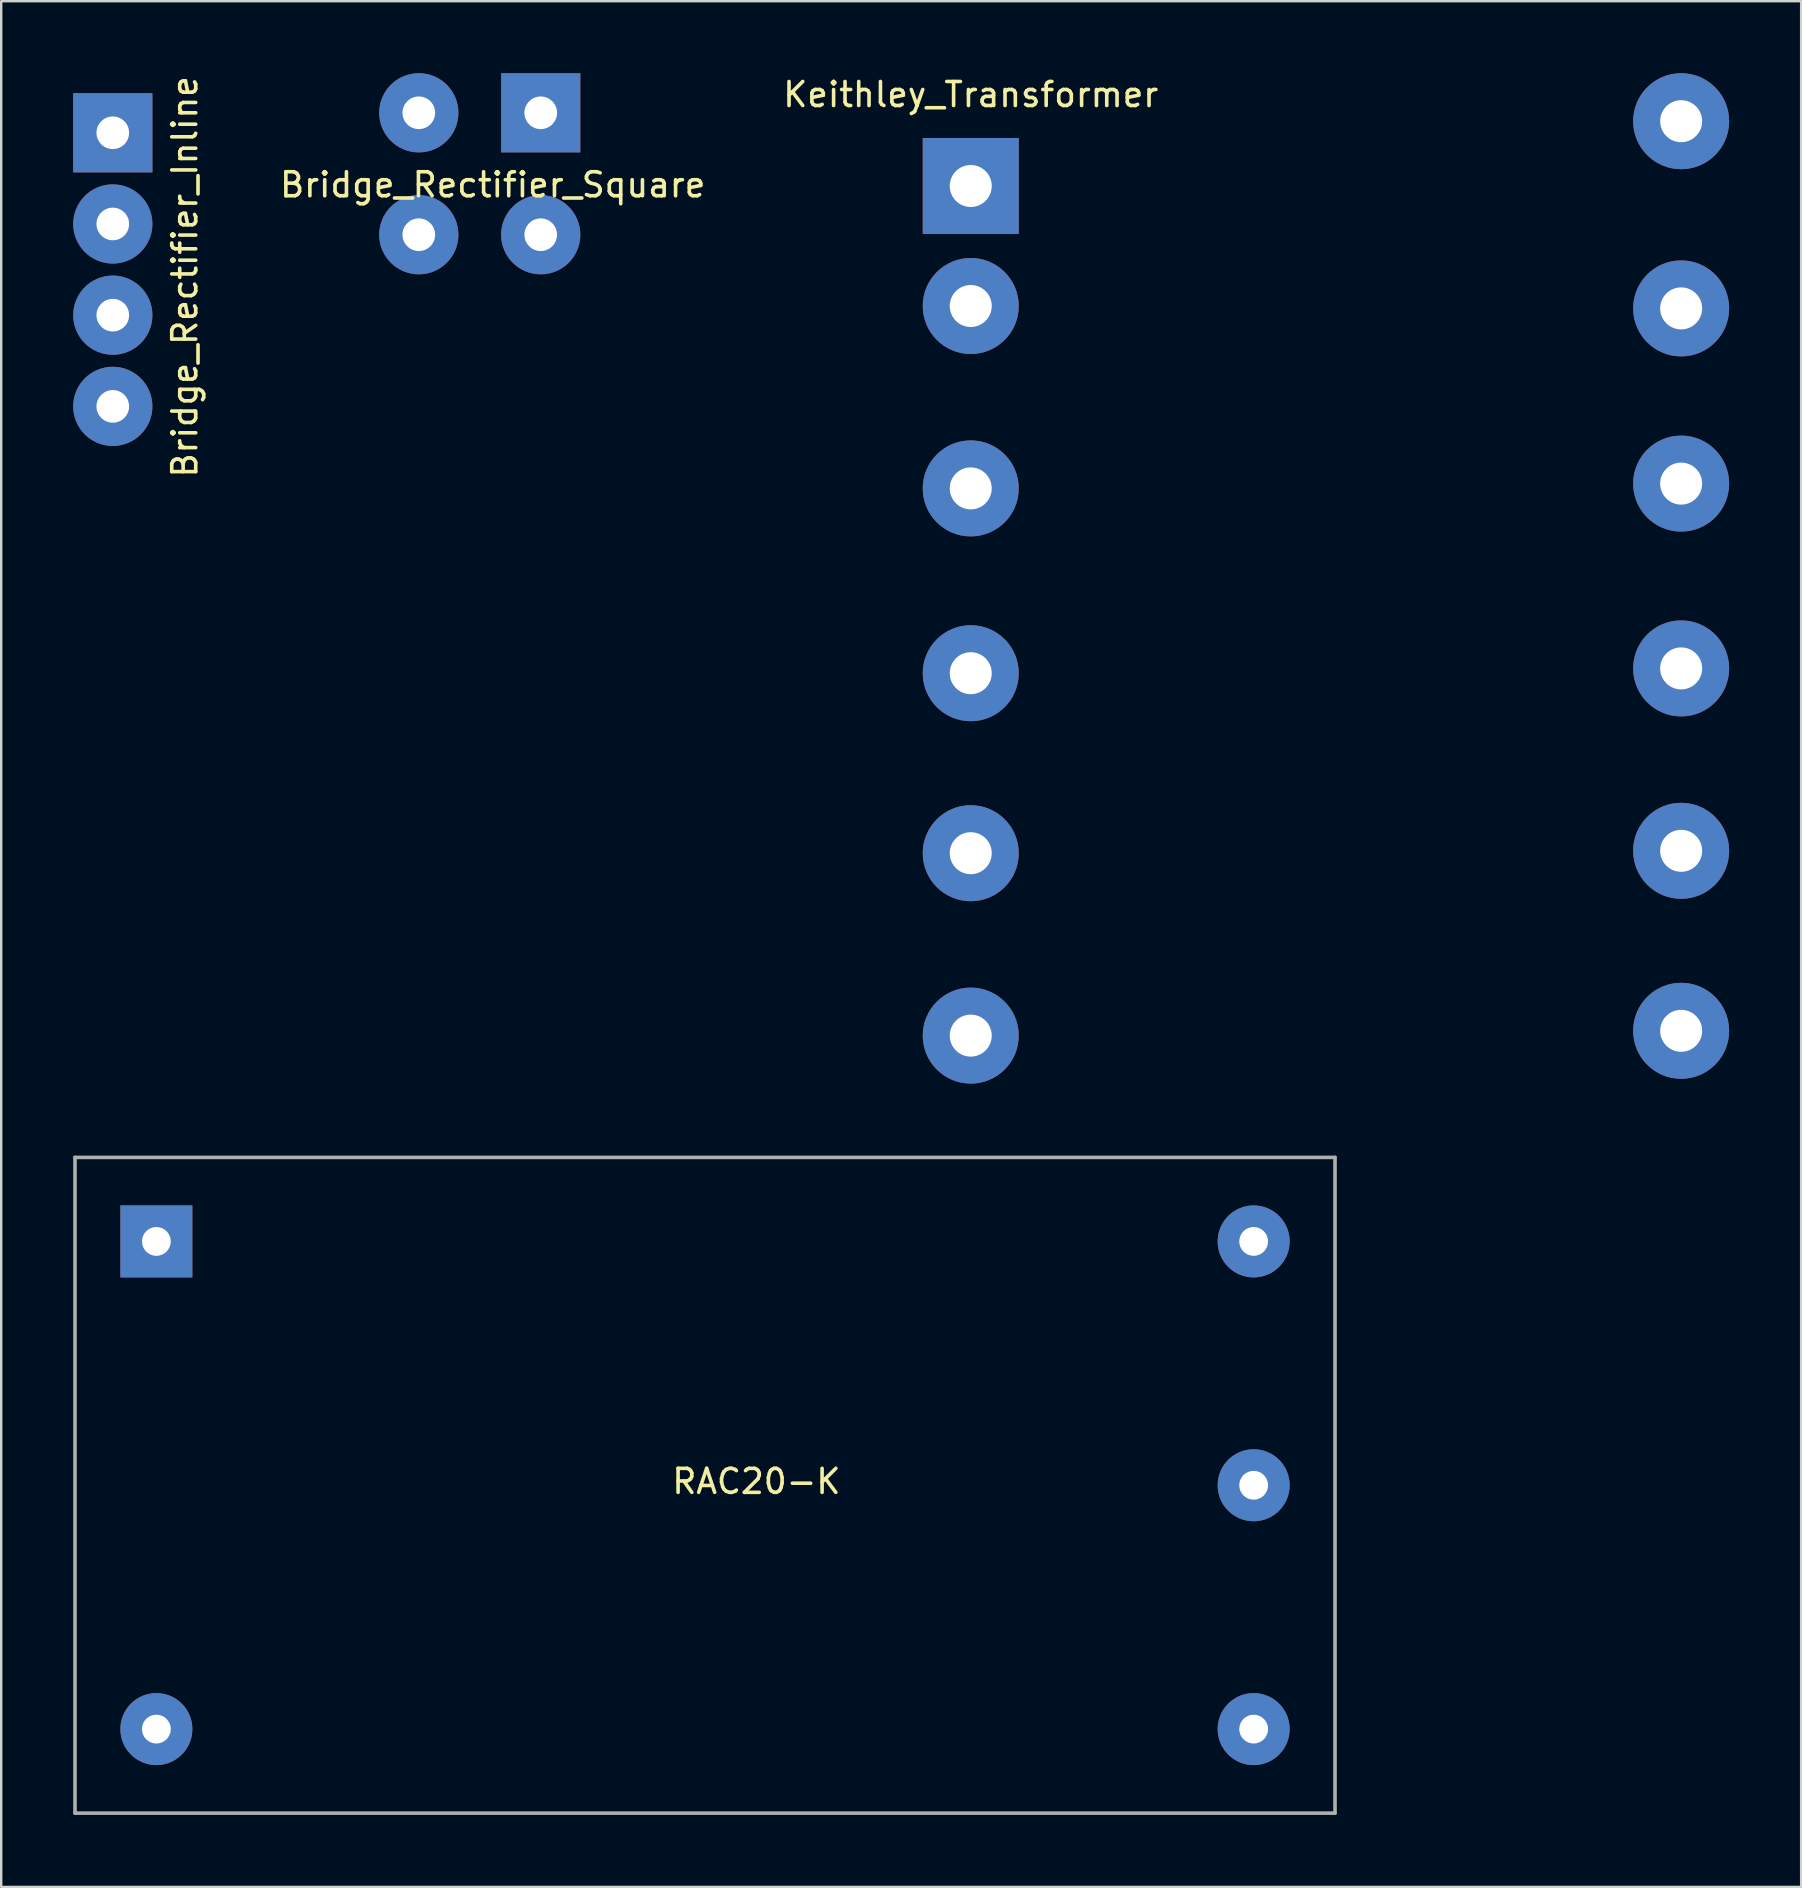
<source format=kicad_pcb>
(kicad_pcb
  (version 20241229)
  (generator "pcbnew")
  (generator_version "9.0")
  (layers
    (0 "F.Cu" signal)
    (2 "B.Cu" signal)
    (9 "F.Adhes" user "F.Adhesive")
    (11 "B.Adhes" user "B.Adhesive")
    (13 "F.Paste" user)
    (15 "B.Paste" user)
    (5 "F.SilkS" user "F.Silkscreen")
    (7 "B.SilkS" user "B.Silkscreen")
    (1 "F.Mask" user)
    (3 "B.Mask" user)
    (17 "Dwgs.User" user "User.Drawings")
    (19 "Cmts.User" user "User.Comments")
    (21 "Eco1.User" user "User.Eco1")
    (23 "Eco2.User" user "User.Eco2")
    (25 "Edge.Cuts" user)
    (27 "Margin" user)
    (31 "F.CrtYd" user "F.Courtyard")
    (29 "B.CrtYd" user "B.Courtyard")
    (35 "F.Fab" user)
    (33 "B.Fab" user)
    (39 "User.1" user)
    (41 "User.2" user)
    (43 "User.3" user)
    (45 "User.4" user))
  (footprint "RAC20-K"
    (layer "F.Cu")
    (at 3.465 48.675)
    (property "Reference" "RAC20-K" (at 25 10 0) (layer "F.SilkS") (effects (font (size 1 1) (thickness 0.15))))
    (attr through_hole)
    (fp_line (start -3.39 -3.5) (end 49.11 -3.5) (stroke (width 0.15) (type solid)) (layer "F.Fab"))
    (fp_line (start -3.39 23.82) (end -3.39 -3.5) (stroke (width 0.15) (type solid)) (layer "F.Fab"))
    (fp_line (start 49.11 -3.5) (end 49.11 23.82) (stroke (width 0.15) (type solid)) (layer "F.Fab"))
    (fp_line (start 49.11 23.82) (end -3.39 23.82) (stroke (width 0.15) (type solid)) (layer "F.Fab"))
    (pad "1" thru_hole rect (at 0 0) (size 3 3) (drill 1.2) (layers "*.Cu" "*.Mask"))
    (pad "2" thru_hole circle (at 0 20.32) (size 3 3) (drill 1.2) (layers "*.Cu" "*.Mask"))
    (pad "3" thru_hole circle (at 45.72 20.32) (size 3 3) (drill 1.2) (layers "*.Cu" "*.Mask"))
    (pad "4" thru_hole circle (at 45.72 10.16) (size 3 3) (drill 1.2) (layers "*.Cu" "*.Mask"))
    (pad "5" thru_hole circle (at 45.72 0) (size 3 3) (drill 1.2) (layers "*.Cu" "*.Mask")))
  (footprint "Bridge_Rectifier_Inline"
    (layer "F.Cu")
    (at 1.65 2.482)
    (property "Reference" "Bridge_Rectifier_Inline" (at 3 6 90) (layer "F.SilkS") (effects (font (size 1 1) (thickness 0.15))))
    (attr through_hole)
    (pad "1" thru_hole rect (at 0 0) (size 3.3 3.3) (drill 1.36) (layers "*.Cu" "*.Mask"))
    (pad "2" thru_hole circle (at 0 3.8) (size 3.3 3.3) (drill 1.36) (layers "*.Cu" "*.Mask"))
    (pad "3" thru_hole circle (at 0 7.6) (size 3.3 3.3) (drill 1.36) (layers "*.Cu" "*.Mask"))
    (pad "4" thru_hole circle (at 0 11.4) (size 3.3 3.3) (drill 1.36) (layers "*.Cu" "*.Mask")))
  (footprint "Bridge_Rectifier_Square"
    (layer "F.Cu")
    (at 19.48 1.65)
    (property "Reference" "Bridge_Rectifier_Square" (at -2 3 0) (layer "F.SilkS") (effects (font (size 1 1) (thickness 0.15))))
    (attr through_hole)
    (pad "1" thru_hole rect (at 0 0) (size 3.3 3.3) (drill 1.36) (layers "*.Cu" "*.Mask"))
    (pad "2" thru_hole circle (at 0 5.08) (size 3.3 3.3) (drill 1.36) (layers "*.Cu" "*.Mask"))
    (pad "3" thru_hole circle (at -5.08 0) (size 3.3 3.3) (drill 1.36) (layers "*.Cu" "*.Mask"))
    (pad "4" thru_hole circle (at -5.08 5.08) (size 3.3 3.3) (drill 1.36) (layers "*.Cu" "*.Mask")))
  (footprint "Keithley_Transformer"
    (layer "F.Cu")
    (at 37.397 4.7)
    (property "Reference" "Keithley_Transformer" (at 0 -3.81 0) (layer "F.SilkS") (effects (font (size 1 1) (thickness 0.15))))
    (attr through_hole)
    (pad "1" thru_hole rect (at 0 0) (size 4 4) (drill 1.75) (layers "*.Cu" "*.Mask"))
    (pad "2" thru_hole circle (at 0 5) (size 4 4) (drill 1.75) (layers "*.Cu" "*.Mask"))
    (pad "3" thru_hole circle (at 0 12.6) (size 4 4) (drill 1.75) (layers "*.Cu" "*.Mask"))
    (pad "4" thru_hole circle (at 0 20.3) (size 4 4) (drill 1.75) (layers "*.Cu" "*.Mask"))
    (pad "5" thru_hole circle (at 0 27.8) (size 4 4) (drill 1.75) (layers "*.Cu" "*.Mask"))
    (pad "6" thru_hole circle (at 0 35.4) (size 4 4) (drill 1.75) (layers "*.Cu" "*.Mask"))
    (pad "7" thru_hole circle (at 29.6 35.2) (size 4 4) (drill 1.75) (layers "*.Cu" "*.Mask"))
    (pad "8" thru_hole circle (at 29.6 27.7) (size 4 4) (drill 1.75) (layers "*.Cu" "*.Mask"))
    (pad "9" thru_hole circle (at 29.6 20.1) (size 4 4) (drill 1.75) (layers "*.Cu" "*.Mask"))
    (pad "10" thru_hole circle (at 29.6 12.4) (size 4 4) (drill 1.75) (layers "*.Cu" "*.Mask"))
    (pad "11" thru_hole circle (at 29.6 5.1) (size 4 4) (drill 1.75) (layers "*.Cu" "*.Mask"))
    (pad "12" thru_hole circle (at 29.6 -2.7) (size 4 4) (drill 1.75) (layers "*.Cu" "*.Mask")))
  (gr_rect
    (start -3 -3)
    (end 71.997 75.57)
    (stroke (width 0.1) (type default))
    (fill no)
    (layer "Edge.Cuts")))
</source>
